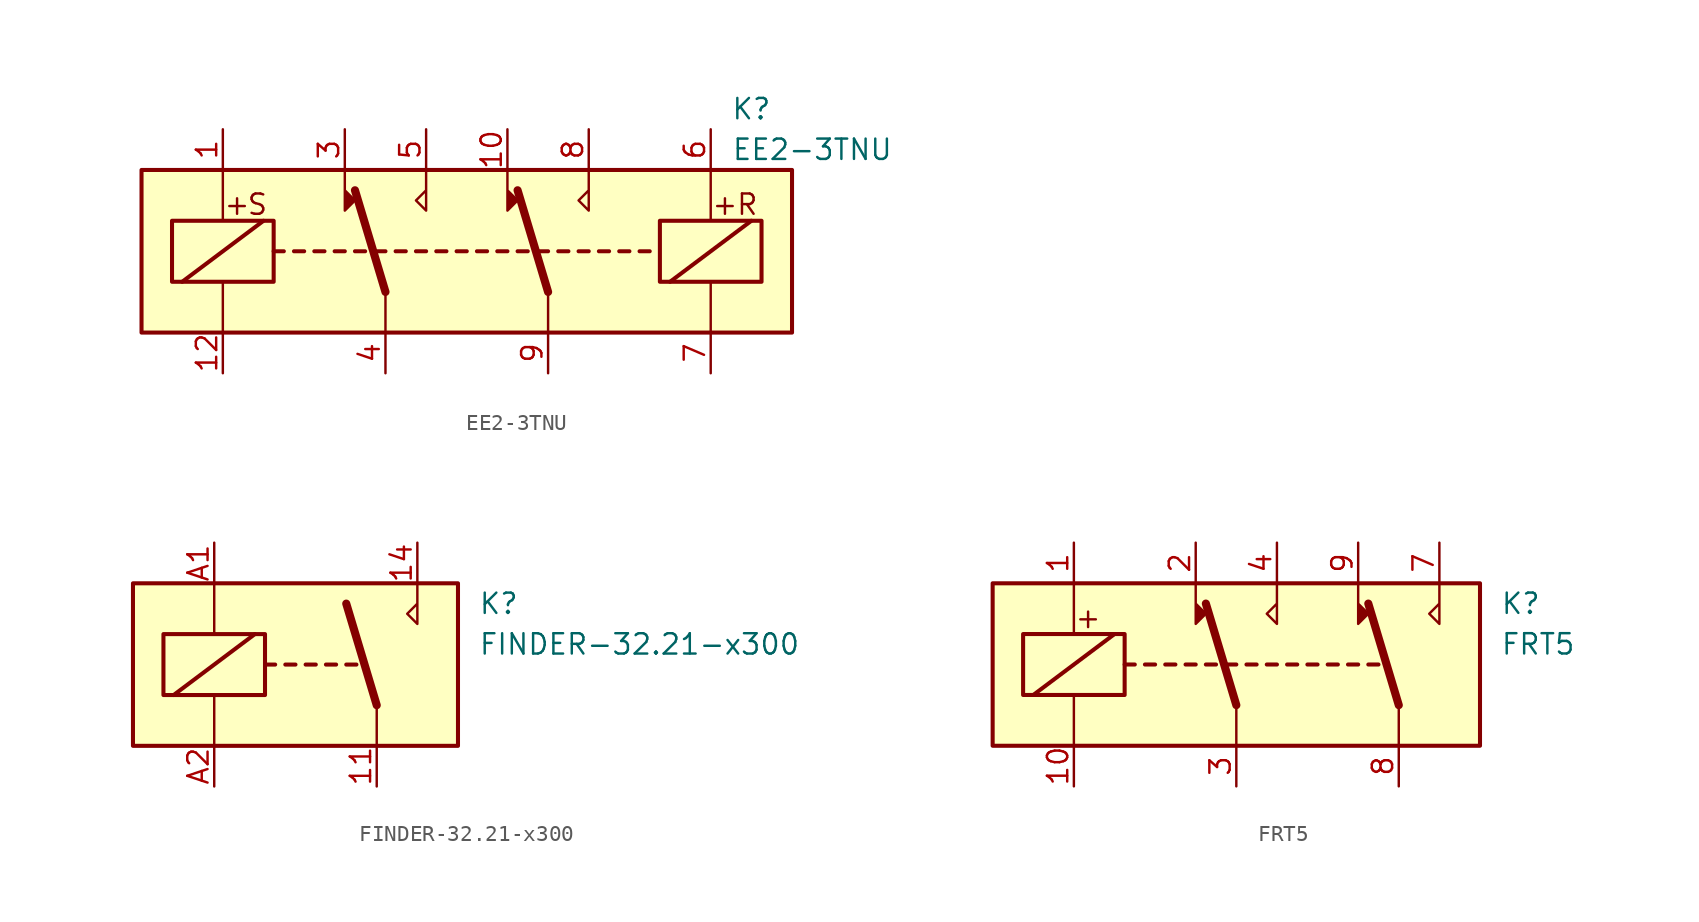
<source format=kicad_sym>
(kicad_symbol_lib
  (version 20201005)
  (generator kicad_symbol_editor)
  (symbol "Relay:EE2-3TNU"
    (property "Reference" "K"
      (at 17.78 8.89 0)
      (effects (font (size 1.27 1.27))))
    (property "Value" "EE2-3TNU"
      (at 21.59 6.35 0)
      (effects (font (size 1.27 1.27))))
    (symbol "EE2-3TNU_1_1"
      (text "+" (at -14.351 2.921 0) (effects (font (size 1.27 1.27))))
      (text "+" (at 16.129 2.921 0) (effects (font (size 1.27 1.27))))
      (text "R" (at 17.526 2.921 0) (effects (font (size 1.27 1.27))))
      (text "S" (at -13.081 2.921 0) (effects (font (size 1.27 1.27))))
      (rectangle (start -20.32 5.08) (end 20.32 -5.08) (stroke (width 0.254)) (fill (type background)))
      (rectangle (start -18.415 1.905) (end -12.065 -1.905) (stroke (width 0.254)) (fill (type none)))
      (rectangle (start 12.065 1.905) (end 18.415 -1.905) (stroke (width 0.254)) (fill (type none)))
      (polyline (pts (xy -17.78 -1.905) (xy -12.7 1.905)) (stroke (width 0.254)) (fill (type none)))
      (polyline (pts (xy -15.24 -5.08) (xy -15.24 -1.905)) (stroke (width 0)) (fill (type none)))
      (polyline (pts (xy -15.24 5.08) (xy -15.24 1.905)) (stroke (width 0)) (fill (type none)))
      (polyline (pts (xy -12.065 0) (xy -11.43 0)) (stroke (width 0.254)) (fill (type none)))
      (polyline (pts (xy -10.795 0) (xy -10.16 0)) (stroke (width 0.254)) (fill (type none)))
      (polyline (pts (xy -9.525 0) (xy -8.89 0)) (stroke (width 0.254)) (fill (type none)))
      (polyline (pts (xy -8.255 0) (xy -7.62 0)) (stroke (width 0.254)) (fill (type none)))
      (polyline (pts (xy -6.985 0) (xy -6.35 0)) (stroke (width 0.254)) (fill (type none)))
      (polyline (pts (xy -5.715 0) (xy -5.08 0)) (stroke (width 0.254)) (fill (type none)))
      (polyline (pts (xy -5.08 -2.54) (xy -6.985 3.81)) (stroke (width 0.508)) (fill (type none)))
      (polyline (pts (xy -5.08 -2.54) (xy -5.08 -5.08)) (stroke (width 0)) (fill (type none)))
      (polyline (pts (xy -4.445 0) (xy -3.81 0)) (stroke (width 0.254)) (fill (type none)))
      (polyline (pts (xy -3.175 0) (xy -2.54 0)) (stroke (width 0.254)) (fill (type none)))
      (polyline (pts (xy -1.905 0) (xy -1.27 0)) (stroke (width 0.254)) (fill (type none)))
      (polyline (pts (xy -0.635 0) (xy 0 0)) (stroke (width 0.254)) (fill (type none)))
      (polyline (pts (xy 0.635 0) (xy 1.27 0)) (stroke (width 0.254)) (fill (type none)))
      (polyline (pts (xy 1.905 0) (xy 2.54 0)) (stroke (width 0.254)) (fill (type none)))
      (polyline (pts (xy 3.175 0) (xy 3.81 0)) (stroke (width 0.254)) (fill (type none)))
      (polyline (pts (xy 4.445 0) (xy 5.08 0)) (stroke (width 0.254)) (fill (type none)))
      (polyline (pts (xy 5.08 -2.54) (xy 3.175 3.81)) (stroke (width 0.508)) (fill (type none)))
      (polyline (pts (xy 5.08 -2.54) (xy 5.08 -5.08)) (stroke (width 0)) (fill (type none)))
      (polyline (pts (xy 5.715 0) (xy 6.35 0)) (stroke (width 0.254)) (fill (type none)))
      (polyline (pts (xy 6.985 0) (xy 7.62 0)) (stroke (width 0.254)) (fill (type none)))
      (polyline (pts (xy 8.255 0) (xy 8.89 0)) (stroke (width 0.254)) (fill (type none)))
      (polyline (pts (xy 9.525 0) (xy 10.16 0)) (stroke (width 0.254)) (fill (type none)))
      (polyline (pts (xy 10.795 0) (xy 11.43 0)) (stroke (width 0.254)) (fill (type none)))
      (polyline (pts (xy 12.7 -1.905) (xy 17.78 1.905)) (stroke (width 0.254)) (fill (type none)))
      (polyline (pts (xy 15.24 -5.08) (xy 15.24 -1.905)) (stroke (width 0)) (fill (type none)))
      (polyline (pts (xy 15.24 5.08) (xy 15.24 1.905)) (stroke (width 0)) (fill (type none)))
      (polyline (pts (xy -7.62 5.08) (xy -7.62 2.54) (xy -6.985 3.175) (xy -7.62 3.81)) (stroke (width 0)) (fill (type outline)))
      (polyline (pts (xy -2.54 5.08) (xy -2.54 2.54) (xy -3.175 3.175) (xy -2.54 3.81)) (stroke (width 0)) (fill (type none)))
      (polyline (pts (xy 2.54 5.08) (xy 2.54 2.54) (xy 3.175 3.175) (xy 2.54 3.81)) (stroke (width 0)) (fill (type outline)))
      (polyline (pts (xy 7.62 5.08) (xy 7.62 2.54) (xy 6.985 3.175) (xy 7.62 3.81)) (stroke (width 0)) (fill (type none)))
      (pin passive line (at -15.24 7.62 270) (length 2.54) (name "~" (effects (font (size 1.27 1.27)))) (number "1" (effects (font (size 1.27 1.27)))))
      (pin passive line (at 2.54 7.62 270) (length 2.54) (name "~" (effects (font (size 1.27 1.27)))) (number "10" (effects (font (size 1.27 1.27)))))
      (pin passive line (at -15.24 -7.62 90) (length 2.54) (name "~" (effects (font (size 1.27 1.27)))) (number "12" (effects (font (size 1.27 1.27)))))
      (pin passive line (at -7.62 7.62 270) (length 2.54) (name "~" (effects (font (size 1.27 1.27)))) (number "3" (effects (font (size 1.27 1.27)))))
      (pin passive line (at -5.08 -7.62 90) (length 2.54) (name "~" (effects (font (size 1.27 1.27)))) (number "4" (effects (font (size 1.27 1.27)))))
      (pin passive line (at -2.54 7.62 270) (length 2.54) (name "~" (effects (font (size 1.27 1.27)))) (number "5" (effects (font (size 1.27 1.27)))))
      (pin passive line (at 15.24 7.62 270) (length 2.54) (name "~" (effects (font (size 1.27 1.27)))) (number "6" (effects (font (size 1.27 1.27)))))
      (pin passive line (at 15.24 -7.62 90) (length 2.54) (name "~" (effects (font (size 1.27 1.27)))) (number "7" (effects (font (size 1.27 1.27)))))
      (pin passive line (at 7.62 7.62 270) (length 2.54) (name "~" (effects (font (size 1.27 1.27)))) (number "8" (effects (font (size 1.27 1.27)))))
      (pin passive line (at 5.08 -7.62 90) (length 2.54) (name "~" (effects (font (size 1.27 1.27)))) (number "9" (effects (font (size 1.27 1.27)))))))
  (symbol "Relay:FINDER-32.21-x300"
    (property "Reference" "K"
      (at 11.43 3.81 0)
      (effects (font (size 1.27 1.27)) (justify left)))
    (property "Value" "FINDER-32.21-x300"
      (at 11.43 1.27 0)
      (effects (font (size 1.27 1.27)) (justify left)))
    (symbol "FINDER-32.21-x300_0_1"
      (rectangle (start -10.16 5.08) (end 10.16 -5.08) (stroke (width 0.254)) (fill (type background)))
      (rectangle (start -8.255 1.905) (end -1.905 -1.905) (stroke (width 0.254)) (fill (type none)))
      (polyline (pts (xy -7.62 -1.905) (xy -2.54 1.905)) (stroke (width 0.254)) (fill (type none)))
      (polyline (pts (xy -5.08 -5.08) (xy -5.08 -1.905)) (stroke (width 0)) (fill (type none)))
      (polyline (pts (xy -5.08 5.08) (xy -5.08 1.905)) (stroke (width 0)) (fill (type none)))
      (polyline (pts (xy -1.905 0) (xy -1.27 0)) (stroke (width 0.254)) (fill (type none)))
      (polyline (pts (xy -0.635 0) (xy 0 0)) (stroke (width 0.254)) (fill (type none)))
      (polyline (pts (xy 0.635 0) (xy 1.27 0)) (stroke (width 0.254)) (fill (type none)))
      (polyline (pts (xy 1.905 0) (xy 2.54 0)) (stroke (width 0.254)) (fill (type none)))
      (polyline (pts (xy 3.175 0) (xy 3.81 0)) (stroke (width 0.254)) (fill (type none)))
      (polyline (pts (xy 5.08 -2.54) (xy 3.175 3.81)) (stroke (width 0.508)) (fill (type none)))
      (polyline (pts (xy 5.08 -2.54) (xy 5.08 -5.08)) (stroke (width 0)) (fill (type none)))
      (polyline (pts (xy 7.62 5.08) (xy 7.62 2.54) (xy 6.985 3.175) (xy 7.62 3.81)) (stroke (width 0)) (fill (type none))))
    (symbol "FINDER-32.21-x300_1_1"
      (pin passive line (at 5.08 -7.62 90) (length 2.54) (name "~" (effects (font (size 1.27 1.27)))) (number "11" (effects (font (size 1.27 1.27)))))
      (pin passive line (at 7.62 7.62 270) (length 2.54) (name "~" (effects (font (size 1.27 1.27)))) (number "14" (effects (font (size 1.27 1.27)))))
      (pin passive line (at -5.08 7.62 270) (length 2.54) (name "~" (effects (font (size 1.27 1.27)))) (number "A1" (effects (font (size 1.27 1.27)))))
      (pin passive line (at -5.08 -7.62 90) (length 2.54) (name "~" (effects (font (size 1.27 1.27)))) (number "A2" (effects (font (size 1.27 1.27)))))))
  (symbol "Relay:FRT5"
    (property "Reference" "K"
      (at 16.51 3.81 0)
      (effects (font (size 1.27 1.27)) (justify left)))
    (property "Value" "FRT5"
      (at 16.51 1.27 0)
      (effects (font (size 1.27 1.27)) (justify left)))
    (symbol "FRT5_0_0"
      (text "+" (at -9.271 2.921 0) (effects (font (size 1.27 1.27)))))
    (symbol "FRT5_0_1"
      (rectangle (start -15.24 5.08) (end 15.24 -5.08) (stroke (width 0.254)) (fill (type background)))
      (rectangle (start -13.335 1.905) (end -6.985 -1.905) (stroke (width 0.254)) (fill (type none)))
      (polyline (pts (xy -12.7 -1.905) (xy -7.62 1.905)) (stroke (width 0.254)) (fill (type none)))
      (polyline (pts (xy -10.16 -5.08) (xy -10.16 -1.905)) (stroke (width 0)) (fill (type none)))
      (polyline (pts (xy -10.16 5.08) (xy -10.16 1.905)) (stroke (width 0)) (fill (type none)))
      (polyline (pts (xy -6.985 0) (xy -6.35 0)) (stroke (width 0.254)) (fill (type none)))
      (polyline (pts (xy -5.715 0) (xy -5.08 0)) (stroke (width 0.254)) (fill (type none)))
      (polyline (pts (xy -4.445 0) (xy -3.81 0)) (stroke (width 0.254)) (fill (type none)))
      (polyline (pts (xy -3.175 0) (xy -2.54 0)) (stroke (width 0.254)) (fill (type none)))
      (polyline (pts (xy -1.905 0) (xy -1.27 0)) (stroke (width 0.254)) (fill (type none)))
      (polyline (pts (xy -0.635 0) (xy 0 0)) (stroke (width 0.254)) (fill (type none)))
      (polyline (pts (xy 0 -2.54) (xy -1.905 3.81)) (stroke (width 0.508)) (fill (type none)))
      (polyline (pts (xy 0 -2.54) (xy 0 -5.08)) (stroke (width 0)) (fill (type none)))
      (polyline (pts (xy 0.635 0) (xy 1.27 0)) (stroke (width 0.254)) (fill (type none)))
      (polyline (pts (xy 1.905 0) (xy 2.54 0)) (stroke (width 0.254)) (fill (type none)))
      (polyline (pts (xy 3.175 0) (xy 3.81 0)) (stroke (width 0.254)) (fill (type none)))
      (polyline (pts (xy 4.445 0) (xy 5.08 0)) (stroke (width 0.254)) (fill (type none)))
      (polyline (pts (xy 5.715 0) (xy 6.35 0)) (stroke (width 0.254)) (fill (type none)))
      (polyline (pts (xy 6.985 0) (xy 7.62 0)) (stroke (width 0.254)) (fill (type none)))
      (polyline (pts (xy 8.255 0) (xy 8.89 0)) (stroke (width 0.254)) (fill (type none)))
      (polyline (pts (xy 10.16 -2.54) (xy 8.255 3.81)) (stroke (width 0.508)) (fill (type none)))
      (polyline (pts (xy 10.16 -2.54) (xy 10.16 -5.08)) (stroke (width 0)) (fill (type none)))
      (polyline (pts (xy -2.54 5.08) (xy -2.54 2.54) (xy -1.905 3.175) (xy -2.54 3.81)) (stroke (width 0)) (fill (type outline)))
      (polyline (pts (xy 2.54 5.08) (xy 2.54 2.54) (xy 1.905 3.175) (xy 2.54 3.81)) (stroke (width 0)) (fill (type none)))
      (polyline (pts (xy 7.62 5.08) (xy 7.62 2.54) (xy 8.255 3.175) (xy 7.62 3.81)) (stroke (width 0)) (fill (type outline)))
      (polyline (pts (xy 12.7 5.08) (xy 12.7 2.54) (xy 12.065 3.175) (xy 12.7 3.81)) (stroke (width 0)) (fill (type none))))
    (symbol "FRT5_1_1"
      (pin passive line (at -10.16 7.62 270) (length 2.54) (name "~" (effects (font (size 1.27 1.27)))) (number "1" (effects (font (size 1.27 1.27)))))
      (pin passive line (at -10.16 -7.62 90) (length 2.54) (name "~" (effects (font (size 1.27 1.27)))) (number "10" (effects (font (size 1.27 1.27)))))
      (pin passive line (at -2.54 7.62 270) (length 2.54) (name "~" (effects (font (size 1.27 1.27)))) (number "2" (effects (font (size 1.27 1.27)))))
      (pin passive line (at 0 -7.62 90) (length 2.54) (name "~" (effects (font (size 1.27 1.27)))) (number "3" (effects (font (size 1.27 1.27)))))
      (pin passive line (at 2.54 7.62 270) (length 2.54) (name "~" (effects (font (size 1.27 1.27)))) (number "4" (effects (font (size 1.27 1.27)))))
      (pin passive line (at 12.7 7.62 270) (length 2.54) (name "~" (effects (font (size 1.27 1.27)))) (number "7" (effects (font (size 1.27 1.27)))))
      (pin passive line (at 10.16 -7.62 90) (length 2.54) (name "~" (effects (font (size 1.27 1.27)))) (number "8" (effects (font (size 1.27 1.27)))))
      (pin passive line (at 7.62 7.62 270) (length 2.54) (name "~" (effects (font (size 1.27 1.27)))) (number "9" (effects (font (size 1.27 1.27))))))))
</source>
